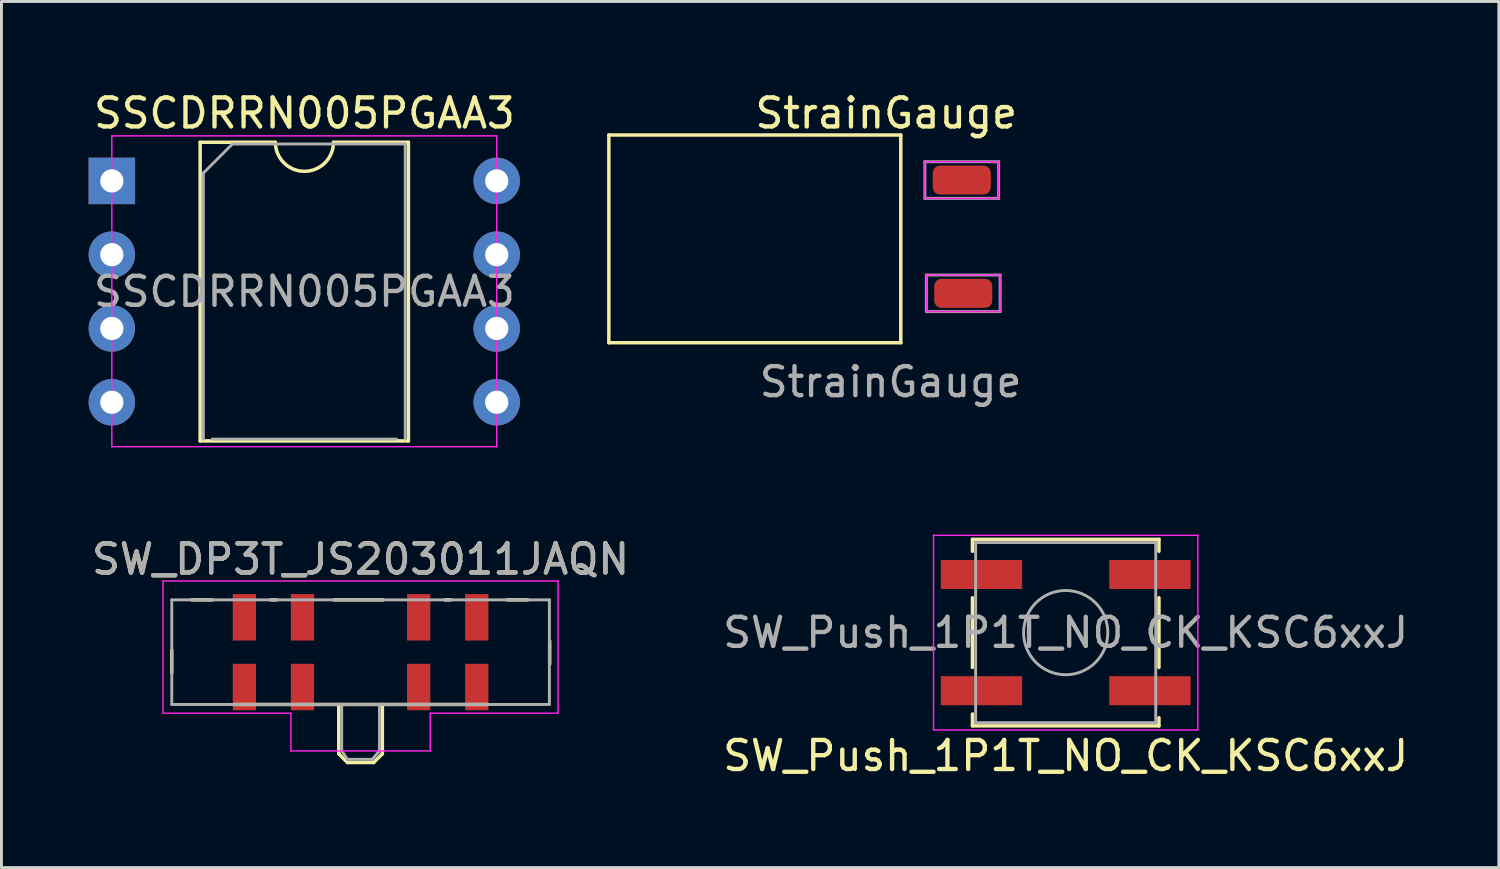
<source format=kicad_pcb>
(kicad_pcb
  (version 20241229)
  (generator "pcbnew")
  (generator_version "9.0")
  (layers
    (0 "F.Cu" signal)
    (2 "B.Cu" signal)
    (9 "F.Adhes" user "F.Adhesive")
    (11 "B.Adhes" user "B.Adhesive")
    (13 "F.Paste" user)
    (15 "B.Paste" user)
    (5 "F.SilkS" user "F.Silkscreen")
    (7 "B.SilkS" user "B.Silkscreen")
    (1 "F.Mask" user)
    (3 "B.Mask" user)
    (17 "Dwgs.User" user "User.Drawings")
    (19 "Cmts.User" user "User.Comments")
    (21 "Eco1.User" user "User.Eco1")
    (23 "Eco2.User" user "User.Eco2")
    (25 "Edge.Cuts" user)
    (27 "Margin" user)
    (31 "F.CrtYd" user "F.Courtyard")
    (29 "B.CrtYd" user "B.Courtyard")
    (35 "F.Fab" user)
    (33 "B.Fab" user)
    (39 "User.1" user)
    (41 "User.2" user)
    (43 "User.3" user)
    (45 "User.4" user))
  (footprint "SSCDRRN005PGAA3"
    (layer "F.Cu")
    (at 2.35 3.178)
    (property "Reference" "SSCDRRN005PGAA3" (at 5.08 -2.33 0) (layer "F.SilkS") (effects (font (size 1 1) (thickness 0.15))))
    (attr through_hole)
    (fp_line (start 1.49 -1.33) (end 1.49 8.95) (stroke (width 0.12) (type solid)) (layer "F.SilkS"))
    (fp_line (start 1.49 8.95) (end 8.66 8.95) (stroke (width 0.12) (type solid)) (layer "F.SilkS"))
    (fp_line (start 4.08 -1.33) (end 1.49 -1.33) (stroke (width 0.12) (type solid)) (layer "F.SilkS"))
    (fp_line (start 8.66 -1.33) (end 6.08 -1.33) (stroke (width 0.12) (type solid)) (layer "F.SilkS"))
    (fp_line (start 8.66 8.95) (end 8.66 -1.33) (stroke (width 0.12) (type solid)) (layer "F.SilkS"))
    (fp_arc (start 6.08 -1.33) (mid 5.08 -0.33) (end 4.08 -1.33) (stroke (width 0.12) (type solid)) (layer "F.SilkS"))
    (fp_line (start -1.55 -1.55) (end -1.55 9.15) (stroke (width 0.05) (type solid)) (layer "F.CrtYd"))
    (fp_line (start -1.55 9.15) (end 11.7 9.15) (stroke (width 0.05) (type solid)) (layer "F.CrtYd"))
    (fp_line (start 11.7 -1.55) (end -1.55 -1.55) (stroke (width 0.05) (type solid)) (layer "F.CrtYd"))
    (fp_line (start 11.7 9.15) (end 11.7 -1.55) (stroke (width 0.05) (type solid)) (layer "F.CrtYd"))
    (fp_line (start 1.6 -0.27) (end 2.6 -1.27) (stroke (width 0.1) (type solid)) (layer "F.Fab"))
    (fp_line (start 1.6 8.89) (end 1.6 -0.27) (stroke (width 0.1) (type solid)) (layer "F.Fab"))
    (fp_line (start 2.6 -1.27) (end 8.55 -1.27) (stroke (width 0.1) (type solid)) (layer "F.Fab"))
    (fp_line (start 8.255 8.89) (end 1.905 8.89) (stroke (width 0.1) (type solid)) (layer "F.Fab"))
    (fp_line (start 8.55 -1.27) (end 8.55 8.89) (stroke (width 0.1) (type solid)) (layer "F.Fab"))
    (fp_text user "${REFERENCE}" (at 5.08 3.81 0) (layer "F.Fab") (effects (font (size 1 1) (thickness 0.15))))
    (pad "1" thru_hole rect (at -1.55 0) (size 1.6 1.6) (drill 0.8) (layers "*.Cu" "*.Mask"))
    (pad "2" thru_hole oval (at -1.55 2.54) (size 1.6 1.6) (drill 0.8) (layers "*.Cu" "*.Mask"))
    (pad "3" thru_hole oval (at -1.55 5.08) (size 1.6 1.6) (drill 0.8) (layers "*.Cu" "*.Mask"))
    (pad "4" thru_hole oval (at -1.55 7.62) (size 1.6 1.6) (drill 0.8) (layers "*.Cu" "*.Mask"))
    (pad "5" thru_hole oval (at 11.7 7.62) (size 1.6 1.6) (drill 0.8) (layers "*.Cu" "*.Mask"))
    (pad "6" thru_hole oval (at 11.7 5.08) (size 1.6 1.6) (drill 0.8) (layers "*.Cu" "*.Mask"))
    (pad "7" thru_hole oval (at 11.7 2.54) (size 1.6 1.6) (drill 0.8) (layers "*.Cu" "*.Mask"))
    (pad "8" thru_hole oval (at 11.7 0) (size 1.6 1.6) (drill 0.8) (layers "*.Cu" "*.Mask")))
  (footprint "SW_DP3T_JS203011JAQN"
    (layer "F.Cu")
    (at 9.363 19.401)
    (property "Reference" "SW_DP3T_JS203011JAQN" (at 0 -3.2 180) (layer "F.SilkS") (effects (font (size 1 1) (thickness 0.15))))
    (attr smd)
    (fp_line (start -6.5 -0.07) (end -6.5 0.72) (stroke (width 0.12) (type solid)) (layer "F.SilkS"))
    (fp_line (start -5.81 -1.8) (end -5.11 -1.8) (stroke (width 0.12) (type solid)) (layer "F.SilkS"))
    (fp_line (start -4.35 1.8) (end 4.35 1.8) (stroke (width 0.12) (type solid)) (layer "F.SilkS"))
    (fp_line (start -3.1 -1.8) (end -2.9 -1.8) (stroke (width 0.12) (type solid)) (layer "F.SilkS"))
    (fp_line (start -0.92 -1.8) (end 0.78 -1.8) (stroke (width 0.12) (type solid)) (layer "F.SilkS"))
    (fp_line (start -0.75 1.8) (end -0.75 3.5) (stroke (width 0.12) (type solid)) (layer "F.SilkS"))
    (fp_line (start -0.75 3.5) (end -0.45 3.8) (stroke (width 0.12) (type solid)) (layer "F.SilkS"))
    (fp_line (start 0.45 3.8) (end -0.45 3.8) (stroke (width 0.12) (type solid)) (layer "F.SilkS"))
    (fp_line (start 0.75 3.5) (end 0.45 3.8) (stroke (width 0.12) (type solid)) (layer "F.SilkS"))
    (fp_line (start 0.75 3.5) (end 0.75 1.8) (stroke (width 0.12) (type solid)) (layer "F.SilkS"))
    (fp_line (start 2.9 -1.8) (end 3.1 -1.8) (stroke (width 0.12) (type solid)) (layer "F.SilkS"))
    (fp_line (start 5.05 -1.8) (end 5.75 -1.8) (stroke (width 0.12) (type solid)) (layer "F.SilkS"))
    (fp_line (start 6.51 0.41) (end 6.51 -0.38) (stroke (width 0.12) (type solid)) (layer "F.SilkS"))
    (fp_line (start -6.8 -2.45) (end 6.8 -2.45) (stroke (width 0.05) (type solid)) (layer "F.CrtYd"))
    (fp_line (start -6.8 2.1) (end -6.8 -2.45) (stroke (width 0.05) (type solid)) (layer "F.CrtYd"))
    (fp_line (start -2.4 2.1) (end -6.8 2.1) (stroke (width 0.05) (type solid)) (layer "F.CrtYd"))
    (fp_line (start -2.4 3.4) (end -2.4 2.1) (stroke (width 0.05) (type solid)) (layer "F.CrtYd"))
    (fp_line (start 2.4 2.1) (end 2.4 3.4) (stroke (width 0.05) (type solid)) (layer "F.CrtYd"))
    (fp_line (start 2.4 3.4) (end -2.4 3.4) (stroke (width 0.05) (type solid)) (layer "F.CrtYd"))
    (fp_line (start 6.8 -2.45) (end 6.8 2.1) (stroke (width 0.05) (type solid)) (layer "F.CrtYd"))
    (fp_line (start 6.8 2.1) (end 2.4 2.1) (stroke (width 0.05) (type solid)) (layer "F.CrtYd"))
    (fp_line (start -6.5 -1.8) (end 6.5 -1.8) (stroke (width 0.1) (type solid)) (layer "F.Fab"))
    (fp_line (start -6.5 1.8) (end -6.5 -1.8) (stroke (width 0.1) (type solid)) (layer "F.Fab"))
    (fp_line (start -0.65 1.8) (end -0.65 3.4) (stroke (width 0.1) (type solid)) (layer "F.Fab"))
    (fp_line (start -0.65 3.4) (end -0.45 3.69) (stroke (width 0.1) (type solid)) (layer "F.Fab"))
    (fp_line (start -0.45 3.69) (end 0.4 3.69) (stroke (width 0.1) (type solid)) (layer "F.Fab"))
    (fp_line (start 0.65 3.4) (end 0.4 3.69) (stroke (width 0.1) (type solid)) (layer "F.Fab"))
    (fp_line (start 0.65 3.4) (end 0.65 1.8) (stroke (width 0.1) (type solid)) (layer "F.Fab"))
    (fp_line (start 6.5 1.8) (end -6.5 1.8) (stroke (width 0.1) (type solid)) (layer "F.Fab"))
    (fp_line (start 6.5 1.8) (end 6.5 -1.8) (stroke (width 0.1) (type solid)) (layer "F.Fab"))
    (fp_text user "${REFERENCE}" (at 0 -3.2 180) (layer "F.Fab") (effects (font (size 1 1) (thickness 0.15))))
    (pad "1" smd rect (at -4 1.2) (size 0.8 1.6) (layers "F.Cu" "F.Mask" "F.Paste"))
    (pad "2" smd rect (at -2 1.2) (size 0.8 1.6) (layers "F.Cu" "F.Mask" "F.Paste"))
    (pad "3" smd rect (at 2 1.2) (size 0.8 1.6) (layers "F.Cu" "F.Mask" "F.Paste"))
    (pad "4" smd rect (at 4 1.2) (size 0.8 1.6) (layers "F.Cu" "F.Mask" "F.Paste"))
    (pad "5" smd rect (at -4 -1.2) (size 0.8 1.6) (layers "F.Cu" "F.Mask" "F.Paste"))
    (pad "6" smd rect (at -2 -1.2) (size 0.8 1.6) (layers "F.Cu" "F.Mask" "F.Paste"))
    (pad "7" smd rect (at 2 -1.2) (size 0.8 1.6) (layers "F.Cu" "F.Mask" "F.Paste"))
    (pad "8" smd rect (at 4 -1.2) (size 0.8 1.6) (layers "F.Cu" "F.Mask" "F.Paste")))
  (footprint "SW_Push_1P1T_NO_CK_KSC6xxJ"
    (layer "F.Cu")
    (at 33.637 18.728)
    (property "Reference" "SW_Push_1P1T_NO_CK_KSC6xxJ" (at 0 4.24 0) (layer "F.SilkS") (effects (font (size 1 1) (thickness 0.15))))
    (attr smd)
    (fp_line (start -3.21 -3.21) (end -3.21 -2.8) (stroke (width 0.12) (type solid)) (layer "F.SilkS"))
    (fp_line (start -3.21 -1.2) (end -3.21 1.2) (stroke (width 0.12) (type solid)) (layer "F.SilkS"))
    (fp_line (start -3.21 2.8) (end -3.21 3.21) (stroke (width 0.12) (type solid)) (layer "F.SilkS"))
    (fp_line (start -3.21 3.21) (end 3.21 3.21) (stroke (width 0.12) (type solid)) (layer "F.SilkS"))
    (fp_line (start 3.21 -3.21) (end -3.21 -3.21) (stroke (width 0.12) (type solid)) (layer "F.SilkS"))
    (fp_line (start 3.21 -2.8) (end 3.21 -3.21) (stroke (width 0.12) (type solid)) (layer "F.SilkS"))
    (fp_line (start 3.21 1.2) (end 3.21 -1.2) (stroke (width 0.12) (type solid)) (layer "F.SilkS"))
    (fp_line (start 3.21 3.21) (end 3.21 2.93) (stroke (width 0.12) (type solid)) (layer "F.SilkS"))
    (fp_line (start -4.55 -3.35) (end 4.55 -3.35) (stroke (width 0.05) (type solid)) (layer "F.CrtYd"))
    (fp_line (start -4.55 3.35) (end -4.55 -3.35) (stroke (width 0.05) (type solid)) (layer "F.CrtYd"))
    (fp_line (start 4.55 -3.35) (end 4.55 3.35) (stroke (width 0.05) (type solid)) (layer "F.CrtYd"))
    (fp_line (start 4.55 3.35) (end -4.55 3.35) (stroke (width 0.05) (type solid)) (layer "F.CrtYd"))
    (fp_line (start -3.1 -3.1) (end 3.1 -3.1) (stroke (width 0.1) (type solid)) (layer "F.Fab"))
    (fp_line (start -3.1 3.1) (end -3.1 -3.1) (stroke (width 0.1) (type solid)) (layer "F.Fab"))
    (fp_line (start 3.1 -3.1) (end 3.1 3.1) (stroke (width 0.1) (type solid)) (layer "F.Fab"))
    (fp_line (start 3.1 3.1) (end -3.1 3.1) (stroke (width 0.1) (type solid)) (layer "F.Fab"))
    (fp_circle (center 0 0) (end 1.45 0) (stroke (width 0.1) (type solid)) (fill no) (layer "F.Fab"))
    (fp_text user "${REFERENCE}" (at 0 0 0) (layer "F.Fab") (effects (font (size 1 1) (thickness 0.15))))
    (pad "1" smd rect (at -2.9 -2) (size 2.8 1) (layers "F.Cu" "F.Mask" "F.Paste"))
    (pad "1" smd rect (at 2.9 -2) (size 2.8 1) (layers "F.Cu" "F.Mask" "F.Paste"))
    (pad "2" smd rect (at -2.9 2) (size 2.8 1) (layers "F.Cu" "F.Mask" "F.Paste"))
    (pad "2" smd rect (at 2.9 2) (size 2.8 1) (layers "F.Cu" "F.Mask" "F.Paste")))
  (footprint "StrainGauge"
    (layer "F.Cu")
    (at 27.36 4.998)
    (property "Reference" "StrainGauge" (at 0.1 -4.15 0) (layer "F.SilkS") (effects (font (size 1 1) (thickness 0.15))))
    (attr exclude_from_pos_files exclude_from_bom)
    (fp_line (start -9.45 -3.4) (end -9.45 3.75) (stroke (width 0.12) (type solid)) (layer "F.SilkS"))
    (fp_line (start -9.45 -3.4) (end 0.6 -3.4) (stroke (width 0.12) (type solid)) (layer "F.SilkS"))
    (fp_line (start -9.45 3.75) (end 0.6 3.75) (stroke (width 0.12) (type solid)) (layer "F.SilkS"))
    (fp_line (start 0.6 -3.4) (end 0.6 3.75) (stroke (width 0.12) (type solid)) (layer "F.SilkS"))
    (fp_line (start 1.43 -2.48) (end 1.43 -1.22) (stroke (width 0.05) (type solid)) (layer "F.CrtYd"))
    (fp_line (start 1.43 -1.22) (end 3.97 -1.22) (stroke (width 0.05) (type solid)) (layer "F.CrtYd"))
    (fp_line (start 1.48 1.42) (end 1.48 2.68) (stroke (width 0.05) (type solid)) (layer "F.CrtYd"))
    (fp_line (start 1.48 2.68) (end 4.02 2.68) (stroke (width 0.05) (type solid)) (layer "F.CrtYd"))
    (fp_line (start 3.97 -2.48) (end 1.43 -2.48) (stroke (width 0.05) (type solid)) (layer "F.CrtYd"))
    (fp_line (start 3.97 -1.22) (end 3.97 -2.48) (stroke (width 0.05) (type solid)) (layer "F.CrtYd"))
    (fp_line (start 4.02 1.42) (end 1.48 1.42) (stroke (width 0.05) (type solid)) (layer "F.CrtYd"))
    (fp_line (start 4.02 2.68) (end 4.02 1.42) (stroke (width 0.05) (type solid)) (layer "F.CrtYd"))
    (fp_line (start 1.43 -2.48) (end 3.97 -2.48) (stroke (width 0.1) (type solid)) (layer "F.Fab"))
    (fp_line (start 1.43 -1.22) (end 1.43 -2.48) (stroke (width 0.1) (type solid)) (layer "F.Fab"))
    (fp_line (start 1.48 1.42) (end 4.02 1.42) (stroke (width 0.1) (type solid)) (layer "F.Fab"))
    (fp_line (start 1.48 2.68) (end 1.48 1.42) (stroke (width 0.1) (type solid)) (layer "F.Fab"))
    (fp_line (start 3.97 -2.48) (end 3.97 -1.22) (stroke (width 0.1) (type solid)) (layer "F.Fab"))
    (fp_line (start 3.97 -1.22) (end 1.43 -1.22) (stroke (width 0.1) (type solid)) (layer "F.Fab"))
    (fp_line (start 4.02 1.42) (end 4.02 2.68) (stroke (width 0.1) (type solid)) (layer "F.Fab"))
    (fp_line (start 4.02 2.68) (end 1.48 2.68) (stroke (width 0.1) (type solid)) (layer "F.Fab"))
    (fp_text user "${REFERENCE}" (at 0.25 5.1 0) (layer "F.Fab") (effects (font (size 1 1) (thickness 0.15))))
    (pad "1" smd roundrect (at 2.7 -1.85 90) (size 1 2) (layers "F.Cu" "F.Mask" "F.Paste") (roundrect_rratio 0.25))
    (pad "2" smd roundrect (at 2.75 2.05 90) (size 1 2) (layers "F.Cu" "F.Mask" "F.Paste") (roundrect_rratio 0.25)))
  (gr_rect
    (start -3 -3)
    (end 48.548 26.817)
    (stroke (width 0.1) (type default))
    (fill no)
    (layer "Edge.Cuts")))
</source>
